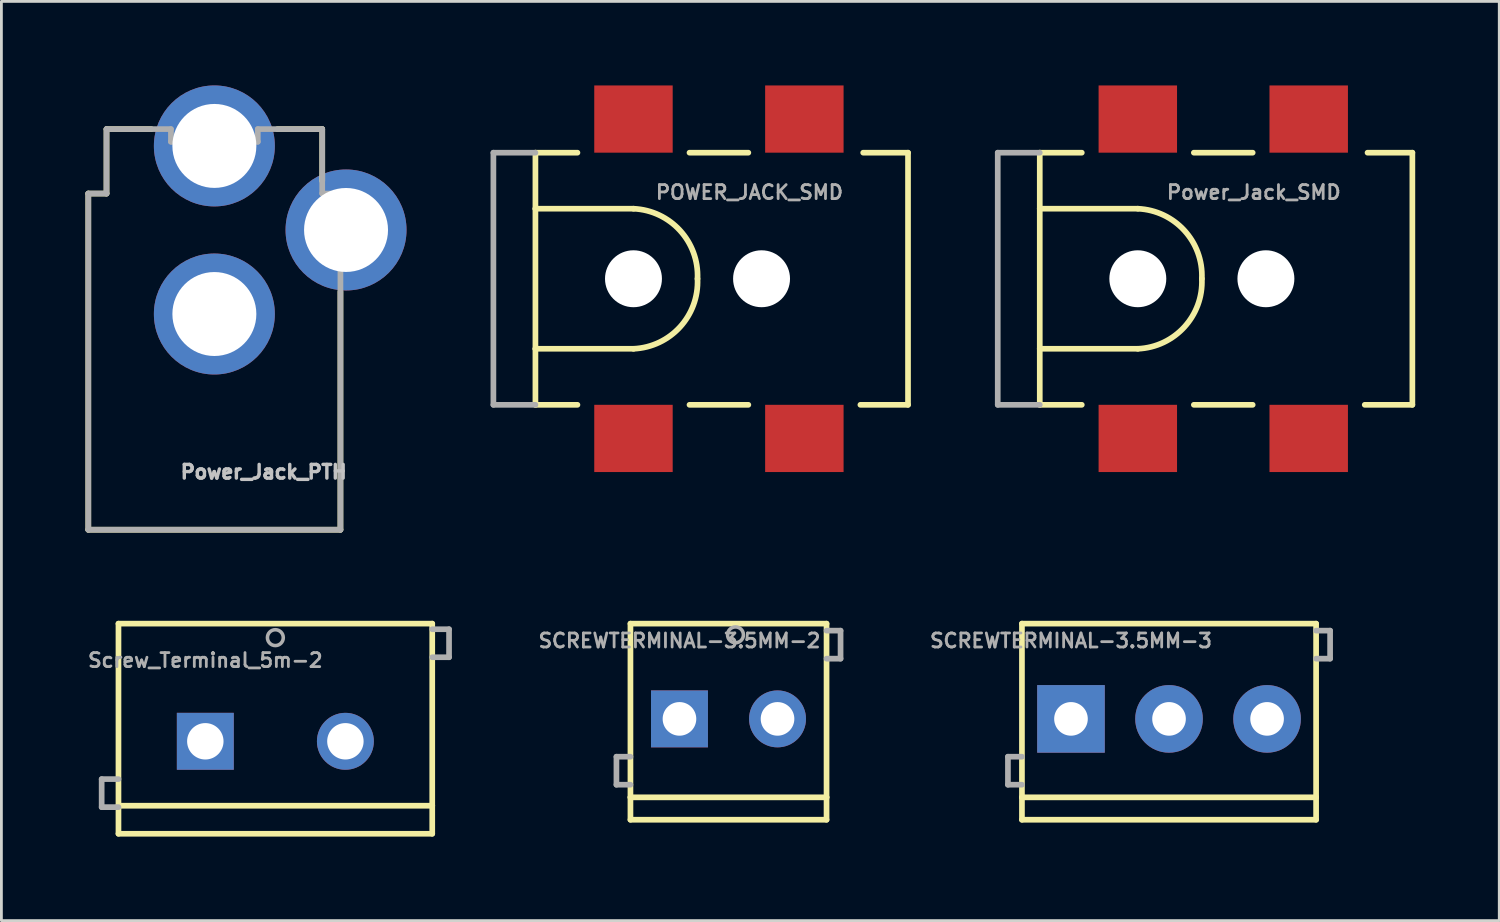
<source format=kicad_pcb>
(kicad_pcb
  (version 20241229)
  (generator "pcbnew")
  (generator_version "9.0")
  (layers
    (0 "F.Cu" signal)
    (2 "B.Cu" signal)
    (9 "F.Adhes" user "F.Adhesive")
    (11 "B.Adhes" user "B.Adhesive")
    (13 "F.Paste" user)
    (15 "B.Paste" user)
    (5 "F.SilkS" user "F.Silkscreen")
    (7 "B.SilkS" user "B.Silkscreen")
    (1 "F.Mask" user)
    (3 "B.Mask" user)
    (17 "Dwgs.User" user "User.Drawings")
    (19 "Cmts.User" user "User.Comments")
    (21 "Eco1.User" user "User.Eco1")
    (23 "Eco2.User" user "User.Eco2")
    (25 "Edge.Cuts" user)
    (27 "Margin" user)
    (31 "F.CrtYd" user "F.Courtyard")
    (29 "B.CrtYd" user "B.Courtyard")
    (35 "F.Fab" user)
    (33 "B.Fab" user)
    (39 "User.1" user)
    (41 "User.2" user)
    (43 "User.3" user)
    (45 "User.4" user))
  (footprint "Power_Jack_PTH"
    (layer "F.Cu")
    (at 4.602 15.859)
    (property "Reference" "Power_Jack_PTH" (at -1.27 -1.778 0) (layer "Dwgs.User") (effects (font (size 0.488 0.488) (thickness 0.122)) (justify left bottom)))
    (attr through_hole)
    (fp_line (start -4.5 -12) (end -4.5 0) (stroke (width 0.203) (type solid)) (layer "F.SilkS"))
    (fp_line (start -4.5 -12) (end -3.85 -12) (stroke (width 0.203) (type default)) (layer "F.SilkS"))
    (fp_line (start -3.85 -14.3) (end -2.25 -14.3) (stroke (width 0.203) (type default)) (layer "F.SilkS"))
    (fp_line (start -3.85 -12) (end -3.85 -14.3) (stroke (width 0.203) (type default)) (layer "F.SilkS"))
    (fp_line (start 3.85 -14.3) (end 2.25 -14.3) (stroke (width 0.203) (type default)) (layer "F.SilkS"))
    (fp_line (start 3.85 -14.3) (end 3.85 -12.45) (stroke (width 0.203) (type default)) (layer "F.SilkS"))
    (fp_line (start 4.5 0) (end -4.5 0) (stroke (width 0.203) (type solid)) (layer "F.SilkS"))
    (fp_line (start 4.5 0) (end 4.5 -8.5) (stroke (width 0.203) (type solid)) (layer "F.SilkS"))
    (fp_line (start -4.5 -12) (end -4.5 0) (stroke (width 0.203) (type solid)) (layer "F.Fab"))
    (fp_line (start -4.5 -12) (end -3.85 -12) (stroke (width 0.203) (type default)) (layer "F.Fab"))
    (fp_line (start -3.85 -14.3) (end -1.55 -14.3) (stroke (width 0.203) (type default)) (layer "F.Fab"))
    (fp_line (start -3.85 -12) (end -3.85 -14.3) (stroke (width 0.203) (type default)) (layer "F.Fab"))
    (fp_line (start -1.55 -14.3) (end -1.55 -13.85) (stroke (width 0.203) (type default)) (layer "F.Fab"))
    (fp_line (start 1.55 -14.3) (end 1.55 -13.85) (stroke (width 0.203) (type default)) (layer "F.Fab"))
    (fp_line (start 1.55 -13.85) (end -1.55 -13.85) (stroke (width 0.203) (type default)) (layer "F.Fab"))
    (fp_line (start 3.85 -14.3) (end 1.55 -14.3) (stroke (width 0.203) (type default)) (layer "F.Fab"))
    (fp_line (start 3.85 -14.3) (end 3.85 -12) (stroke (width 0.203) (type default)) (layer "F.Fab"))
    (fp_line (start 3.85 -12) (end 4.5 -12) (stroke (width 0.203) (type default)) (layer "F.Fab"))
    (fp_line (start 4.5 0) (end -4.5 0) (stroke (width 0.203) (type solid)) (layer "F.Fab"))
    (fp_line (start 4.5 0) (end 4.5 -12) (stroke (width 0.203) (type solid)) (layer "F.Fab"))
    (pad "1" thru_hole circle (at 0 -13.7) (size 4.318 4.318) (drill 2.997) (layers "*.Cu" "*.Mask"))
    (pad "2" thru_hole circle (at 0 -7.7) (size 4.318 4.318) (drill 2.997) (layers "*.Cu" "*.Mask"))
    (pad "3" thru_hole circle (at 4.7 -10.7 90) (size 4.318 4.318) (drill 2.997) (layers "*.Cu" "*.Mask")))
  (footprint "POWER_JACK_SMD"
    (layer "F.Cu")
    (at 19.562 6.9)
    (property "Reference" "POWER_JACK_SMD" (at 4.14 -2.794 0) (layer "F.Fab") (effects (font (size 0.5 0.5) (thickness 0.1)) (justify bottom)))
    (fp_line (start -3.5 -4.5) (end -3.5 -2.5) (stroke (width 0.203) (type solid)) (layer "F.SilkS"))
    (fp_line (start -3.5 -4.5) (end -2 -4.5) (stroke (width 0.203) (type solid)) (layer "F.SilkS"))
    (fp_line (start -3.5 -2.5) (end -3.5 2.5) (stroke (width 0.203) (type solid)) (layer "F.SilkS"))
    (fp_line (start -3.5 -2.5) (end 0 -2.5) (stroke (width 0.203) (type solid)) (layer "F.SilkS"))
    (fp_line (start -3.5 2.5) (end -3.5 4.5) (stroke (width 0.203) (type solid)) (layer "F.SilkS"))
    (fp_line (start -2 4.5) (end -3.5 4.5) (stroke (width 0.203) (type solid)) (layer "F.SilkS"))
    (fp_line (start 0 2.5) (end -3.5 2.5) (stroke (width 0.203) (type solid)) (layer "F.SilkS"))
    (fp_line (start 2 -4.5) (end 4.1 -4.5) (stroke (width 0.203) (type solid)) (layer "F.SilkS"))
    (fp_line (start 4.1 4.5) (end 2 4.5) (stroke (width 0.203) (type solid)) (layer "F.SilkS"))
    (fp_line (start 8.2 -4.5) (end 9.8 -4.5) (stroke (width 0.203) (type solid)) (layer "F.SilkS"))
    (fp_line (start 9.8 -4.5) (end 9.8 4.5) (stroke (width 0.203) (type solid)) (layer "F.SilkS"))
    (fp_line (start 9.8 4.5) (end 8.1 4.5) (stroke (width 0.203) (type solid)) (layer "F.SilkS"))
    (fp_arc (start 0 -2.5) (mid 1.660767 -1.723446) (end 2.286 0) (stroke (width 0.2032) (type solid)) (layer "F.SilkS"))
    (fp_arc (start 2.286 0) (mid 1.660767 1.723446) (end 0 2.5) (stroke (width 0.2032) (type solid)) (layer "F.SilkS"))
    (fp_line (start -5 -4.5) (end -5 4.5) (stroke (width 0.203) (type solid)) (layer "F.Fab"))
    (fp_line (start -5 -4.5) (end -3.5 -4.5) (stroke (width 0.203) (type solid)) (layer "F.Fab"))
    (fp_line (start -3.5 4.5) (end -5 4.5) (stroke (width 0.203) (type solid)) (layer "F.Fab"))
    (pad "" np_thru_hole circle (at 0 0) (size 2.032 2.032) (drill 2.032) (layers "*.Cu" "*.Mask"))
    (pad "" np_thru_hole circle (at 4.572 0) (size 2.032 2.032) (drill 2.032) (layers "*.Cu" "*.Mask"))
    (pad "GND" smd rect (at 0 5.7) (size 2.8 2.4) (layers "F.Cu" "F.Mask" "F.Paste"))
    (pad "P$4" smd rect (at 6.1 5.7) (size 2.8 2.4) (layers "F.Cu" "F.Mask" "F.Paste"))
    (pad "VIN0" smd rect (at 0 -5.7) (size 2.8 2.4) (layers "F.Cu" "F.Mask" "F.Paste"))
    (pad "VIN1" smd rect (at 6.1 -5.7) (size 2.8 2.4) (layers "F.Cu" "F.Mask" "F.Paste")))
  (footprint "Power_Jack_SMD"
    (layer "F.Cu")
    (at 37.565 6.9)
    (property "Reference" "Power_Jack_SMD" (at 4.14 -2.794 0) (layer "F.Fab") (effects (font (size 0.5 0.5) (thickness 0.1)) (justify bottom)))
    (attr smd)
    (fp_line (start -3.5 -4.5) (end -3.5 -2.5) (stroke (width 0.203) (type solid)) (layer "F.SilkS"))
    (fp_line (start -3.5 -4.5) (end -2 -4.5) (stroke (width 0.203) (type solid)) (layer "F.SilkS"))
    (fp_line (start -3.5 -2.5) (end -3.5 2.5) (stroke (width 0.203) (type solid)) (layer "F.SilkS"))
    (fp_line (start -3.5 -2.5) (end 0 -2.5) (stroke (width 0.203) (type solid)) (layer "F.SilkS"))
    (fp_line (start -3.5 2.5) (end -3.5 4.5) (stroke (width 0.203) (type solid)) (layer "F.SilkS"))
    (fp_line (start -2 4.5) (end -3.5 4.5) (stroke (width 0.203) (type solid)) (layer "F.SilkS"))
    (fp_line (start 0 2.5) (end -3.5 2.5) (stroke (width 0.203) (type solid)) (layer "F.SilkS"))
    (fp_line (start 2 -4.5) (end 4.1 -4.5) (stroke (width 0.203) (type solid)) (layer "F.SilkS"))
    (fp_line (start 4.1 4.5) (end 2 4.5) (stroke (width 0.203) (type solid)) (layer "F.SilkS"))
    (fp_line (start 8.2 -4.5) (end 9.8 -4.5) (stroke (width 0.203) (type solid)) (layer "F.SilkS"))
    (fp_line (start 9.8 -4.5) (end 9.8 4.5) (stroke (width 0.203) (type solid)) (layer "F.SilkS"))
    (fp_line (start 9.8 4.5) (end 8.1 4.5) (stroke (width 0.203) (type solid)) (layer "F.SilkS"))
    (fp_arc (start 0 -2.5) (mid 1.660767 -1.723446) (end 2.286 0) (stroke (width 0.2032) (type solid)) (layer "F.SilkS"))
    (fp_arc (start 2.286 0) (mid 1.660767 1.723446) (end 0 2.5) (stroke (width 0.2032) (type solid)) (layer "F.SilkS"))
    (fp_line (start -5 -4.5) (end -5 4.5) (stroke (width 0.203) (type solid)) (layer "F.Fab"))
    (fp_line (start -5 -4.5) (end -3.5 -4.5) (stroke (width 0.203) (type solid)) (layer "F.Fab"))
    (fp_line (start -3.5 4.5) (end -5 4.5) (stroke (width 0.203) (type solid)) (layer "F.Fab"))
    (pad "" np_thru_hole circle (at 0 0) (size 2.032 2.032) (drill 2.032) (layers "*.Cu" "*.Mask"))
    (pad "" np_thru_hole circle (at 4.572 0) (size 2.032 2.032) (drill 2.032) (layers "*.Cu" "*.Mask"))
    (pad "GND" smd rect (at 0 5.7) (size 2.8 2.4) (layers "F.Cu" "F.Mask" "F.Paste"))
    (pad "P$4" smd rect (at 6.1 5.7) (size 2.8 2.4) (layers "F.Cu" "F.Mask" "F.Paste"))
    (pad "VIN0" smd rect (at 0 -5.7) (size 2.8 2.4) (layers "F.Cu" "F.Mask" "F.Paste"))
    (pad "VIN1" smd rect (at 6.1 -5.7) (size 2.8 2.4) (layers "F.Cu" "F.Mask" "F.Paste")))
  (footprint "SCREWTERMINAL-3.5MM-2"
    (layer "F.Cu")
    (at 21.204 22.611)
    (property "Reference" "SCREWTERMINAL-3.5MM-2" (at 0 -2.5 0) (layer "F.Fab") (effects (font (size 0.5 0.5) (thickness 0.1)) (justify bottom)))
    (fp_line (start -1.75 -3.4) (end 5.25 -3.4) (stroke (width 0.203) (type solid)) (layer "F.SilkS"))
    (fp_line (start -1.75 2.8) (end -1.75 -3.4) (stroke (width 0.203) (type solid)) (layer "F.SilkS"))
    (fp_line (start -1.75 3.6) (end -1.75 2.8) (stroke (width 0.203) (type solid)) (layer "F.SilkS"))
    (fp_line (start 5.25 -3.4) (end 5.25 2.8) (stroke (width 0.203) (type solid)) (layer "F.SilkS"))
    (fp_line (start 5.25 2.8) (end -1.75 2.8) (stroke (width 0.203) (type solid)) (layer "F.SilkS"))
    (fp_line (start 5.25 2.8) (end 5.25 3.6) (stroke (width 0.203) (type solid)) (layer "F.SilkS"))
    (fp_line (start 5.25 3.6) (end -1.75 3.6) (stroke (width 0.203) (type solid)) (layer "F.SilkS"))
    (fp_line (start -2.25 1.35) (end -2.25 2.35) (stroke (width 0.203) (type solid)) (layer "F.Fab"))
    (fp_line (start -2.25 2.35) (end -1.75 2.35) (stroke (width 0.203) (type solid)) (layer "F.Fab"))
    (fp_line (start -1.75 1.35) (end -2.25 1.35) (stroke (width 0.203) (type solid)) (layer "F.Fab"))
    (fp_line (start 5.25 -3.15) (end 5.75 -3.15) (stroke (width 0.203) (type solid)) (layer "F.Fab"))
    (fp_line (start 5.75 -3.15) (end 5.75 -2.15) (stroke (width 0.203) (type solid)) (layer "F.Fab"))
    (fp_line (start 5.75 -2.15) (end 5.25 -2.15) (stroke (width 0.203) (type solid)) (layer "F.Fab"))
    (fp_circle (center 2 -3) (end 2.283 -3) (stroke (width 0.127) (type solid)) (fill no) (layer "F.Fab"))
    (pad "1" thru_hole rect (at 0 0) (size 2.032 2.032) (drill 1.2) (layers "*.Cu" "*.Mask"))
    (pad "2" thru_hole circle (at 3.5 0) (size 2.032 2.032) (drill 1.2) (layers "*.Cu" "*.Mask")))
  (footprint "SCREWTERMINAL-3.5MM-3"
    (layer "F.Cu")
    (at 35.179 22.611)
    (property "Reference" "SCREWTERMINAL-3.5MM-3" (at 0 -2.5 0) (layer "F.Fab") (effects (font (size 0.5 0.5) (thickness 0.1)) (justify bottom)))
    (fp_line (start -1.75 -3.4) (end 8.75 -3.4) (stroke (width 0.203) (type solid)) (layer "F.SilkS"))
    (fp_line (start -1.75 2.8) (end -1.75 -3.4) (stroke (width 0.203) (type solid)) (layer "F.SilkS"))
    (fp_line (start -1.75 3.6) (end -1.75 2.8) (stroke (width 0.203) (type solid)) (layer "F.SilkS"))
    (fp_line (start 8.75 -3.4) (end 8.75 2.8) (stroke (width 0.203) (type solid)) (layer "F.SilkS"))
    (fp_line (start 8.75 2.8) (end -1.75 2.8) (stroke (width 0.203) (type solid)) (layer "F.SilkS"))
    (fp_line (start 8.75 2.8) (end 8.75 3.6) (stroke (width 0.203) (type solid)) (layer "F.SilkS"))
    (fp_line (start 8.75 3.6) (end -1.75 3.6) (stroke (width 0.203) (type solid)) (layer "F.SilkS"))
    (fp_line (start -2.25 1.35) (end -2.25 2.35) (stroke (width 0.203) (type solid)) (layer "F.Fab"))
    (fp_line (start -2.25 2.35) (end -1.75 2.35) (stroke (width 0.203) (type solid)) (layer "F.Fab"))
    (fp_line (start -1.75 1.35) (end -2.25 1.35) (stroke (width 0.203) (type solid)) (layer "F.Fab"))
    (fp_line (start 8.75 -3.15) (end 9.25 -3.15) (stroke (width 0.203) (type solid)) (layer "F.Fab"))
    (fp_line (start 9.25 -3.15) (end 9.25 -2.15) (stroke (width 0.203) (type solid)) (layer "F.Fab"))
    (fp_line (start 9.25 -2.15) (end 8.75 -2.15) (stroke (width 0.203) (type solid)) (layer "F.Fab"))
    (pad "1" thru_hole rect (at 0 0) (size 2.413 2.413) (drill 1.2) (layers "*.Cu" "*.Mask"))
    (pad "2" thru_hole circle (at 3.5 0) (size 2.413 2.413) (drill 1.2) (layers "*.Cu" "*.Mask"))
    (pad "3" thru_hole circle (at 7 0) (size 2.413 2.413) (drill 1.2) (layers "*.Cu" "*.Mask")))
  (footprint "Screw_Terminal_5m-2"
    (layer "F.Cu")
    (at 4.279 23.411)
    (property "Reference" "Screw_Terminal_5m-2" (at 0 -2.6 0) (layer "F.Fab") (effects (font (size 0.5 0.5) (thickness 0.1)) (justify bottom)))
    (fp_line (start -3.1 -4.2) (end 8.1 -4.2) (stroke (width 0.203) (type solid)) (layer "F.SilkS"))
    (fp_line (start -3.1 2.3) (end -3.1 -4.2) (stroke (width 0.203) (type solid)) (layer "F.SilkS"))
    (fp_line (start -3.1 3.3) (end -3.1 2.3) (stroke (width 0.203) (type solid)) (layer "F.SilkS"))
    (fp_line (start 8.1 -4.2) (end 8.1 2.3) (stroke (width 0.203) (type solid)) (layer "F.SilkS"))
    (fp_line (start 8.1 2.3) (end -3.1 2.3) (stroke (width 0.203) (type solid)) (layer "F.SilkS"))
    (fp_line (start 8.1 2.3) (end 8.1 3.3) (stroke (width 0.203) (type solid)) (layer "F.SilkS"))
    (fp_line (start 8.1 3.3) (end -3.1 3.3) (stroke (width 0.203) (type solid)) (layer "F.SilkS"))
    (fp_line (start -3.7 1.35) (end -3.7 2.35) (stroke (width 0.203) (type solid)) (layer "F.Fab"))
    (fp_line (start -3.7 2.35) (end -3.1 2.35) (stroke (width 0.203) (type solid)) (layer "F.Fab"))
    (fp_line (start -3.1 1.35) (end -3.7 1.35) (stroke (width 0.203) (type solid)) (layer "F.Fab"))
    (fp_line (start 8.1 -4) (end 8.7 -4) (stroke (width 0.203) (type solid)) (layer "F.Fab"))
    (fp_line (start 8.7 -4) (end 8.7 -3) (stroke (width 0.203) (type solid)) (layer "F.Fab"))
    (fp_line (start 8.7 -3) (end 8.1 -3) (stroke (width 0.203) (type solid)) (layer "F.Fab"))
    (fp_circle (center 2.5 -3.7) (end 2.783 -3.7) (stroke (width 0.127) (type solid)) (fill no) (layer "F.Fab"))
    (pad "1" thru_hole rect (at 0 0) (size 2.032 2.032) (drill 1.3) (layers "*.Cu" "*.Mask"))
    (pad "2" thru_hole circle (at 5 0) (size 2.032 2.032) (drill 1.3) (layers "*.Cu" "*.Mask")))
  (gr_rect
    (start -3 -3)
    (end 50.467 29.812)
    (stroke (width 0.1) (type default))
    (fill no)
    (layer "Edge.Cuts")))
</source>
